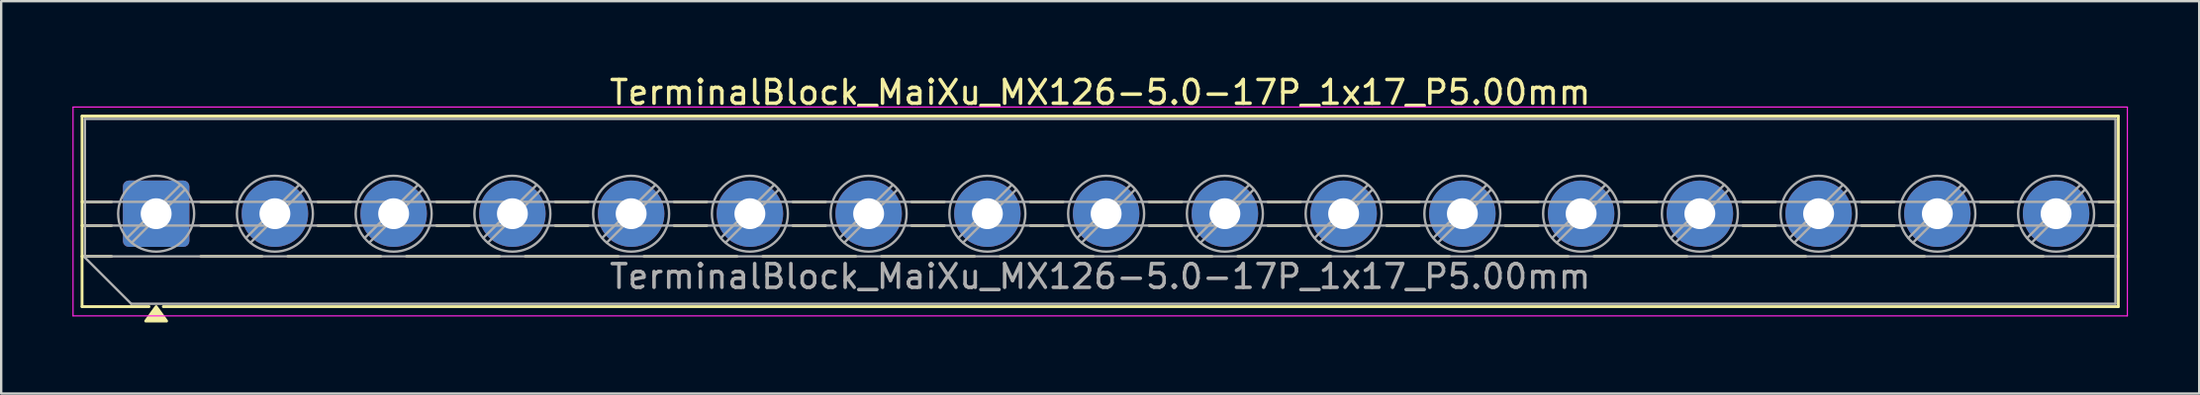
<source format=kicad_pcb>
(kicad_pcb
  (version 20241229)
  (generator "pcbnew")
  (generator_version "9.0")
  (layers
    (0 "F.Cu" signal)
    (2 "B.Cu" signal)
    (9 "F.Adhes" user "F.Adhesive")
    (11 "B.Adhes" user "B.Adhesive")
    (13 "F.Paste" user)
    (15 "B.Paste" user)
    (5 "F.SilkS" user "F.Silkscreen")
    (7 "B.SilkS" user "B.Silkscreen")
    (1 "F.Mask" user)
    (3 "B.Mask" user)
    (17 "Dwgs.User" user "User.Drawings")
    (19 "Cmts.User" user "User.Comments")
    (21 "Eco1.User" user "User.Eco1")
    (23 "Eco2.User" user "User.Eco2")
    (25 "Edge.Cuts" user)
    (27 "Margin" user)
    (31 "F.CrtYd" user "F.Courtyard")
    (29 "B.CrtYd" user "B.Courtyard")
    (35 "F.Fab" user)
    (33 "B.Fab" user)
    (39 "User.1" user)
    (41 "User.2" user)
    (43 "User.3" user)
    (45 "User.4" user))
  (footprint "TerminalBlock_MaiXu_MX126-5.0-17P_1x17_P5.00mm"
    (layer "F.Cu")
    (at 3.525 5.968)
    (property "Reference" "TerminalBlock_MaiXu_MX126-5.0-17P_1x17_P5.00mm" (at 39.75 -5.12 0) (layer "F.SilkS") (effects (font (size 1 1) (thickness 0.15))))
    (attr through_hole)
    (fp_line (start -3.12 -4.12) (end -3.12 3.92) (stroke (width 0.12) (type solid)) (layer "F.SilkS"))
    (fp_line (start -3.12 -4.12) (end 82.62 -4.12) (stroke (width 0.12) (type solid)) (layer "F.SilkS"))
    (fp_line (start -3.12 -0.5) (end -1.88 -0.5) (stroke (width 0.12) (type solid)) (layer "F.SilkS"))
    (fp_line (start -3.12 0.5) (end -1.88 0.5) (stroke (width 0.12) (type solid)) (layer "F.SilkS"))
    (fp_line (start -3.12 1.8) (end -1.88 1.8) (stroke (width 0.12) (type solid)) (layer "F.SilkS"))
    (fp_line (start -3.12 3.92) (end -0.3 3.92) (stroke (width 0.12) (type solid)) (layer "F.SilkS"))
    (fp_line (start 0.3 3.92) (end 82.62 3.92) (stroke (width 0.12) (type solid)) (layer "F.SilkS"))
    (fp_line (start 1.88 -0.5) (end 3.188 -0.5) (stroke (width 0.12) (type solid)) (layer "F.SilkS"))
    (fp_line (start 1.88 0.5) (end 3.188 0.5) (stroke (width 0.12) (type solid)) (layer "F.SilkS"))
    (fp_line (start 1.88 1.8) (end 4.457 1.8) (stroke (width 0.12) (type solid)) (layer "F.SilkS"))
    (fp_line (start 5.543 1.8) (end 9.457 1.8) (stroke (width 0.12) (type solid)) (layer "F.SilkS"))
    (fp_line (start 6.812 -0.5) (end 8.188 -0.5) (stroke (width 0.12) (type solid)) (layer "F.SilkS"))
    (fp_line (start 6.812 0.5) (end 8.188 0.5) (stroke (width 0.12) (type solid)) (layer "F.SilkS"))
    (fp_line (start 10.543 1.8) (end 14.457 1.8) (stroke (width 0.12) (type solid)) (layer "F.SilkS"))
    (fp_line (start 11.812 -0.5) (end 13.188 -0.5) (stroke (width 0.12) (type solid)) (layer "F.SilkS"))
    (fp_line (start 11.812 0.5) (end 13.188 0.5) (stroke (width 0.12) (type solid)) (layer "F.SilkS"))
    (fp_line (start 15.543 1.8) (end 19.457 1.8) (stroke (width 0.12) (type solid)) (layer "F.SilkS"))
    (fp_line (start 16.812 -0.5) (end 18.188 -0.5) (stroke (width 0.12) (type solid)) (layer "F.SilkS"))
    (fp_line (start 16.812 0.5) (end 18.188 0.5) (stroke (width 0.12) (type solid)) (layer "F.SilkS"))
    (fp_line (start 20.543 1.8) (end 24.457 1.8) (stroke (width 0.12) (type solid)) (layer "F.SilkS"))
    (fp_line (start 21.812 -0.5) (end 23.188 -0.5) (stroke (width 0.12) (type solid)) (layer "F.SilkS"))
    (fp_line (start 21.812 0.5) (end 23.188 0.5) (stroke (width 0.12) (type solid)) (layer "F.SilkS"))
    (fp_line (start 25.543 1.8) (end 29.457 1.8) (stroke (width 0.12) (type solid)) (layer "F.SilkS"))
    (fp_line (start 26.812 -0.5) (end 28.188 -0.5) (stroke (width 0.12) (type solid)) (layer "F.SilkS"))
    (fp_line (start 26.812 0.5) (end 28.188 0.5) (stroke (width 0.12) (type solid)) (layer "F.SilkS"))
    (fp_line (start 30.543 1.8) (end 34.457 1.8) (stroke (width 0.12) (type solid)) (layer "F.SilkS"))
    (fp_line (start 31.812 -0.5) (end 33.188 -0.5) (stroke (width 0.12) (type solid)) (layer "F.SilkS"))
    (fp_line (start 31.812 0.5) (end 33.188 0.5) (stroke (width 0.12) (type solid)) (layer "F.SilkS"))
    (fp_line (start 35.543 1.8) (end 39.457 1.8) (stroke (width 0.12) (type solid)) (layer "F.SilkS"))
    (fp_line (start 36.812 -0.5) (end 38.188 -0.5) (stroke (width 0.12) (type solid)) (layer "F.SilkS"))
    (fp_line (start 36.812 0.5) (end 38.188 0.5) (stroke (width 0.12) (type solid)) (layer "F.SilkS"))
    (fp_line (start 40.543 1.8) (end 44.457 1.8) (stroke (width 0.12) (type solid)) (layer "F.SilkS"))
    (fp_line (start 41.812 -0.5) (end 43.188 -0.5) (stroke (width 0.12) (type solid)) (layer "F.SilkS"))
    (fp_line (start 41.812 0.5) (end 43.188 0.5) (stroke (width 0.12) (type solid)) (layer "F.SilkS"))
    (fp_line (start 45.543 1.8) (end 49.457 1.8) (stroke (width 0.12) (type solid)) (layer "F.SilkS"))
    (fp_line (start 46.812 -0.5) (end 48.188 -0.5) (stroke (width 0.12) (type solid)) (layer "F.SilkS"))
    (fp_line (start 46.812 0.5) (end 48.188 0.5) (stroke (width 0.12) (type solid)) (layer "F.SilkS"))
    (fp_line (start 50.543 1.8) (end 54.457 1.8) (stroke (width 0.12) (type solid)) (layer "F.SilkS"))
    (fp_line (start 51.812 -0.5) (end 53.188 -0.5) (stroke (width 0.12) (type solid)) (layer "F.SilkS"))
    (fp_line (start 51.812 0.5) (end 53.188 0.5) (stroke (width 0.12) (type solid)) (layer "F.SilkS"))
    (fp_line (start 55.543 1.8) (end 59.457 1.8) (stroke (width 0.12) (type solid)) (layer "F.SilkS"))
    (fp_line (start 56.812 -0.5) (end 58.188 -0.5) (stroke (width 0.12) (type solid)) (layer "F.SilkS"))
    (fp_line (start 56.812 0.5) (end 58.188 0.5) (stroke (width 0.12) (type solid)) (layer "F.SilkS"))
    (fp_line (start 60.543 1.8) (end 64.457 1.8) (stroke (width 0.12) (type solid)) (layer "F.SilkS"))
    (fp_line (start 61.812 -0.5) (end 63.188 -0.5) (stroke (width 0.12) (type solid)) (layer "F.SilkS"))
    (fp_line (start 61.812 0.5) (end 63.188 0.5) (stroke (width 0.12) (type solid)) (layer "F.SilkS"))
    (fp_line (start 65.543 1.8) (end 69.457 1.8) (stroke (width 0.12) (type solid)) (layer "F.SilkS"))
    (fp_line (start 66.812 -0.5) (end 68.188 -0.5) (stroke (width 0.12) (type solid)) (layer "F.SilkS"))
    (fp_line (start 66.812 0.5) (end 68.188 0.5) (stroke (width 0.12) (type solid)) (layer "F.SilkS"))
    (fp_line (start 70.543 1.8) (end 74.457 1.8) (stroke (width 0.12) (type solid)) (layer "F.SilkS"))
    (fp_line (start 71.812 -0.5) (end 73.188 -0.5) (stroke (width 0.12) (type solid)) (layer "F.SilkS"))
    (fp_line (start 71.812 0.5) (end 73.188 0.5) (stroke (width 0.12) (type solid)) (layer "F.SilkS"))
    (fp_line (start 75.543 1.8) (end 79.457 1.8) (stroke (width 0.12) (type solid)) (layer "F.SilkS"))
    (fp_line (start 76.812 -0.5) (end 78.188 -0.5) (stroke (width 0.12) (type solid)) (layer "F.SilkS"))
    (fp_line (start 76.812 0.5) (end 78.188 0.5) (stroke (width 0.12) (type solid)) (layer "F.SilkS"))
    (fp_line (start 80.543 1.8) (end 82.62 1.8) (stroke (width 0.12) (type solid)) (layer "F.SilkS"))
    (fp_line (start 81.812 -0.5) (end 82.62 -0.5) (stroke (width 0.12) (type solid)) (layer "F.SilkS"))
    (fp_line (start 81.812 0.5) (end 82.62 0.5) (stroke (width 0.12) (type solid)) (layer "F.SilkS"))
    (fp_line (start 82.62 -4.12) (end 82.62 3.92) (stroke (width 0.12) (type solid)) (layer "F.SilkS"))
    (fp_poly (pts (xy 0 3.92) (xy 0.44 4.53) (xy -0.44 4.53)) (stroke (width 0.12) (type solid)) (fill yes) (layer "F.SilkS"))
    (fp_line (start -3.5 -4.5) (end -3.5 4.31) (stroke (width 0.05) (type solid)) (layer "F.CrtYd"))
    (fp_line (start -3.5 4.31) (end 83 4.31) (stroke (width 0.05) (type solid)) (layer "F.CrtYd"))
    (fp_line (start 83 -4.5) (end -3.5 -4.5) (stroke (width 0.05) (type solid)) (layer "F.CrtYd"))
    (fp_line (start 83 4.31) (end 83 -4.5) (stroke (width 0.05) (type solid)) (layer "F.CrtYd"))
    (fp_line (start -3 -4) (end 82.5 -4) (stroke (width 0.1) (type solid)) (layer "F.Fab"))
    (fp_line (start -3 -0.5) (end 82.5 -0.5) (stroke (width 0.1) (type solid)) (layer "F.Fab"))
    (fp_line (start -3 0.5) (end 82.5 0.5) (stroke (width 0.1) (type solid)) (layer "F.Fab"))
    (fp_line (start -3 1.8) (end 82.5 1.8) (stroke (width 0.1) (type solid)) (layer "F.Fab"))
    (fp_line (start -3 1.85) (end -3 -4) (stroke (width 0.1) (type solid)) (layer "F.Fab"))
    (fp_line (start -1.05 3.8) (end -3 1.85) (stroke (width 0.1) (type solid)) (layer "F.Fab"))
    (fp_line (start 1.018 -1.213) (end -1.214 1.018) (stroke (width 0.1) (type solid)) (layer "F.Fab"))
    (fp_line (start 1.213 -1.018) (end -1.018 1.213) (stroke (width 0.1) (type solid)) (layer "F.Fab"))
    (fp_line (start 6.018 -1.213) (end 3.786 1.018) (stroke (width 0.1) (type solid)) (layer "F.Fab"))
    (fp_line (start 6.213 -1.018) (end 3.982 1.213) (stroke (width 0.1) (type solid)) (layer "F.Fab"))
    (fp_line (start 11.018 -1.213) (end 8.786 1.018) (stroke (width 0.1) (type solid)) (layer "F.Fab"))
    (fp_line (start 11.213 -1.018) (end 8.982 1.213) (stroke (width 0.1) (type solid)) (layer "F.Fab"))
    (fp_line (start 16.018 -1.213) (end 13.786 1.018) (stroke (width 0.1) (type solid)) (layer "F.Fab"))
    (fp_line (start 16.213 -1.018) (end 13.982 1.213) (stroke (width 0.1) (type solid)) (layer "F.Fab"))
    (fp_line (start 21.018 -1.213) (end 18.786 1.018) (stroke (width 0.1) (type solid)) (layer "F.Fab"))
    (fp_line (start 21.213 -1.018) (end 18.982 1.213) (stroke (width 0.1) (type solid)) (layer "F.Fab"))
    (fp_line (start 26.018 -1.213) (end 23.786 1.018) (stroke (width 0.1) (type solid)) (layer "F.Fab"))
    (fp_line (start 26.213 -1.018) (end 23.982 1.213) (stroke (width 0.1) (type solid)) (layer "F.Fab"))
    (fp_line (start 31.018 -1.213) (end 28.786 1.018) (stroke (width 0.1) (type solid)) (layer "F.Fab"))
    (fp_line (start 31.213 -1.018) (end 28.982 1.213) (stroke (width 0.1) (type solid)) (layer "F.Fab"))
    (fp_line (start 36.018 -1.213) (end 33.786 1.018) (stroke (width 0.1) (type solid)) (layer "F.Fab"))
    (fp_line (start 36.213 -1.018) (end 33.982 1.213) (stroke (width 0.1) (type solid)) (layer "F.Fab"))
    (fp_line (start 41.018 -1.213) (end 38.786 1.018) (stroke (width 0.1) (type solid)) (layer "F.Fab"))
    (fp_line (start 41.213 -1.018) (end 38.982 1.213) (stroke (width 0.1) (type solid)) (layer "F.Fab"))
    (fp_line (start 46.018 -1.213) (end 43.786 1.018) (stroke (width 0.1) (type solid)) (layer "F.Fab"))
    (fp_line (start 46.213 -1.018) (end 43.982 1.213) (stroke (width 0.1) (type solid)) (layer "F.Fab"))
    (fp_line (start 51.018 -1.213) (end 48.786 1.018) (stroke (width 0.1) (type solid)) (layer "F.Fab"))
    (fp_line (start 51.213 -1.018) (end 48.982 1.213) (stroke (width 0.1) (type solid)) (layer "F.Fab"))
    (fp_line (start 56.018 -1.213) (end 53.786 1.018) (stroke (width 0.1) (type solid)) (layer "F.Fab"))
    (fp_line (start 56.213 -1.018) (end 53.982 1.213) (stroke (width 0.1) (type solid)) (layer "F.Fab"))
    (fp_line (start 61.018 -1.213) (end 58.786 1.018) (stroke (width 0.1) (type solid)) (layer "F.Fab"))
    (fp_line (start 61.213 -1.018) (end 58.982 1.213) (stroke (width 0.1) (type solid)) (layer "F.Fab"))
    (fp_line (start 66.018 -1.213) (end 63.786 1.018) (stroke (width 0.1) (type solid)) (layer "F.Fab"))
    (fp_line (start 66.213 -1.018) (end 63.982 1.213) (stroke (width 0.1) (type solid)) (layer "F.Fab"))
    (fp_line (start 71.018 -1.213) (end 68.786 1.018) (stroke (width 0.1) (type solid)) (layer "F.Fab"))
    (fp_line (start 71.213 -1.018) (end 68.982 1.213) (stroke (width 0.1) (type solid)) (layer "F.Fab"))
    (fp_line (start 76.018 -1.213) (end 73.786 1.018) (stroke (width 0.1) (type solid)) (layer "F.Fab"))
    (fp_line (start 76.213 -1.018) (end 73.982 1.213) (stroke (width 0.1) (type solid)) (layer "F.Fab"))
    (fp_line (start 81.018 -1.213) (end 78.786 1.018) (stroke (width 0.1) (type solid)) (layer "F.Fab"))
    (fp_line (start 81.213 -1.018) (end 78.982 1.213) (stroke (width 0.1) (type solid)) (layer "F.Fab"))
    (fp_line (start 82.5 -4) (end 82.5 3.8) (stroke (width 0.1) (type solid)) (layer "F.Fab"))
    (fp_line (start 82.5 3.8) (end -1.05 3.8) (stroke (width 0.1) (type solid)) (layer "F.Fab"))
    (fp_circle (center 0 0) (end 1.6 0) (stroke (width 0.1) (type solid)) (fill no) (layer "F.Fab"))
    (fp_circle (center 5 0) (end 6.6 0) (stroke (width 0.1) (type solid)) (fill no) (layer "F.Fab"))
    (fp_circle (center 10 0) (end 11.6 0) (stroke (width 0.1) (type solid)) (fill no) (layer "F.Fab"))
    (fp_circle (center 15 0) (end 16.6 0) (stroke (width 0.1) (type solid)) (fill no) (layer "F.Fab"))
    (fp_circle (center 20 0) (end 21.6 0) (stroke (width 0.1) (type solid)) (fill no) (layer "F.Fab"))
    (fp_circle (center 25 0) (end 26.6 0) (stroke (width 0.1) (type solid)) (fill no) (layer "F.Fab"))
    (fp_circle (center 30 0) (end 31.6 0) (stroke (width 0.1) (type solid)) (fill no) (layer "F.Fab"))
    (fp_circle (center 35 0) (end 36.6 0) (stroke (width 0.1) (type solid)) (fill no) (layer "F.Fab"))
    (fp_circle (center 40 0) (end 41.6 0) (stroke (width 0.1) (type solid)) (fill no) (layer "F.Fab"))
    (fp_circle (center 45 0) (end 46.6 0) (stroke (width 0.1) (type solid)) (fill no) (layer "F.Fab"))
    (fp_circle (center 50 0) (end 51.6 0) (stroke (width 0.1) (type solid)) (fill no) (layer "F.Fab"))
    (fp_circle (center 55 0) (end 56.6 0) (stroke (width 0.1) (type solid)) (fill no) (layer "F.Fab"))
    (fp_circle (center 60 0) (end 61.6 0) (stroke (width 0.1) (type solid)) (fill no) (layer "F.Fab"))
    (fp_circle (center 65 0) (end 66.6 0) (stroke (width 0.1) (type solid)) (fill no) (layer "F.Fab"))
    (fp_circle (center 70 0) (end 71.6 0) (stroke (width 0.1) (type solid)) (fill no) (layer "F.Fab"))
    (fp_circle (center 75 0) (end 76.6 0) (stroke (width 0.1) (type solid)) (fill no) (layer "F.Fab"))
    (fp_circle (center 80 0) (end 81.6 0) (stroke (width 0.1) (type solid)) (fill no) (layer "F.Fab"))
    (fp_text user "${REFERENCE}" (at 39.75 2.65 0) (layer "F.Fab") (effects (font (size 1 1) (thickness 0.15))))
    (pad "1" thru_hole roundrect (at 0 0) (size 2.8 2.8) (drill 1.3) (layers "*.Cu" "*.Mask") (roundrect_rratio 0.089))
    (pad "2" thru_hole circle (at 5 0) (size 2.8 2.8) (drill 1.3) (layers "*.Cu" "*.Mask"))
    (pad "3" thru_hole circle (at 10 0) (size 2.8 2.8) (drill 1.3) (layers "*.Cu" "*.Mask"))
    (pad "4" thru_hole circle (at 15 0) (size 2.8 2.8) (drill 1.3) (layers "*.Cu" "*.Mask"))
    (pad "5" thru_hole circle (at 20 0) (size 2.8 2.8) (drill 1.3) (layers "*.Cu" "*.Mask"))
    (pad "6" thru_hole circle (at 25 0) (size 2.8 2.8) (drill 1.3) (layers "*.Cu" "*.Mask"))
    (pad "7" thru_hole circle (at 30 0) (size 2.8 2.8) (drill 1.3) (layers "*.Cu" "*.Mask"))
    (pad "8" thru_hole circle (at 35 0) (size 2.8 2.8) (drill 1.3) (layers "*.Cu" "*.Mask"))
    (pad "9" thru_hole circle (at 40 0) (size 2.8 2.8) (drill 1.3) (layers "*.Cu" "*.Mask"))
    (pad "10" thru_hole circle (at 45 0) (size 2.8 2.8) (drill 1.3) (layers "*.Cu" "*.Mask"))
    (pad "11" thru_hole circle (at 50 0) (size 2.8 2.8) (drill 1.3) (layers "*.Cu" "*.Mask"))
    (pad "12" thru_hole circle (at 55 0) (size 2.8 2.8) (drill 1.3) (layers "*.Cu" "*.Mask"))
    (pad "13" thru_hole circle (at 60 0) (size 2.8 2.8) (drill 1.3) (layers "*.Cu" "*.Mask"))
    (pad "14" thru_hole circle (at 65 0) (size 2.8 2.8) (drill 1.3) (layers "*.Cu" "*.Mask"))
    (pad "15" thru_hole circle (at 70 0) (size 2.8 2.8) (drill 1.3) (layers "*.Cu" "*.Mask"))
    (pad "16" thru_hole circle (at 75 0) (size 2.8 2.8) (drill 1.3) (layers "*.Cu" "*.Mask"))
    (pad "17" thru_hole circle (at 80 0) (size 2.8 2.8) (drill 1.3) (layers "*.Cu" "*.Mask")))
  (gr_rect
    (start -3 -3)
    (end 89.55 13.558)
    (stroke (width 0.1) (type default))
    (fill no)
    (layer "Edge.Cuts")))
</source>
